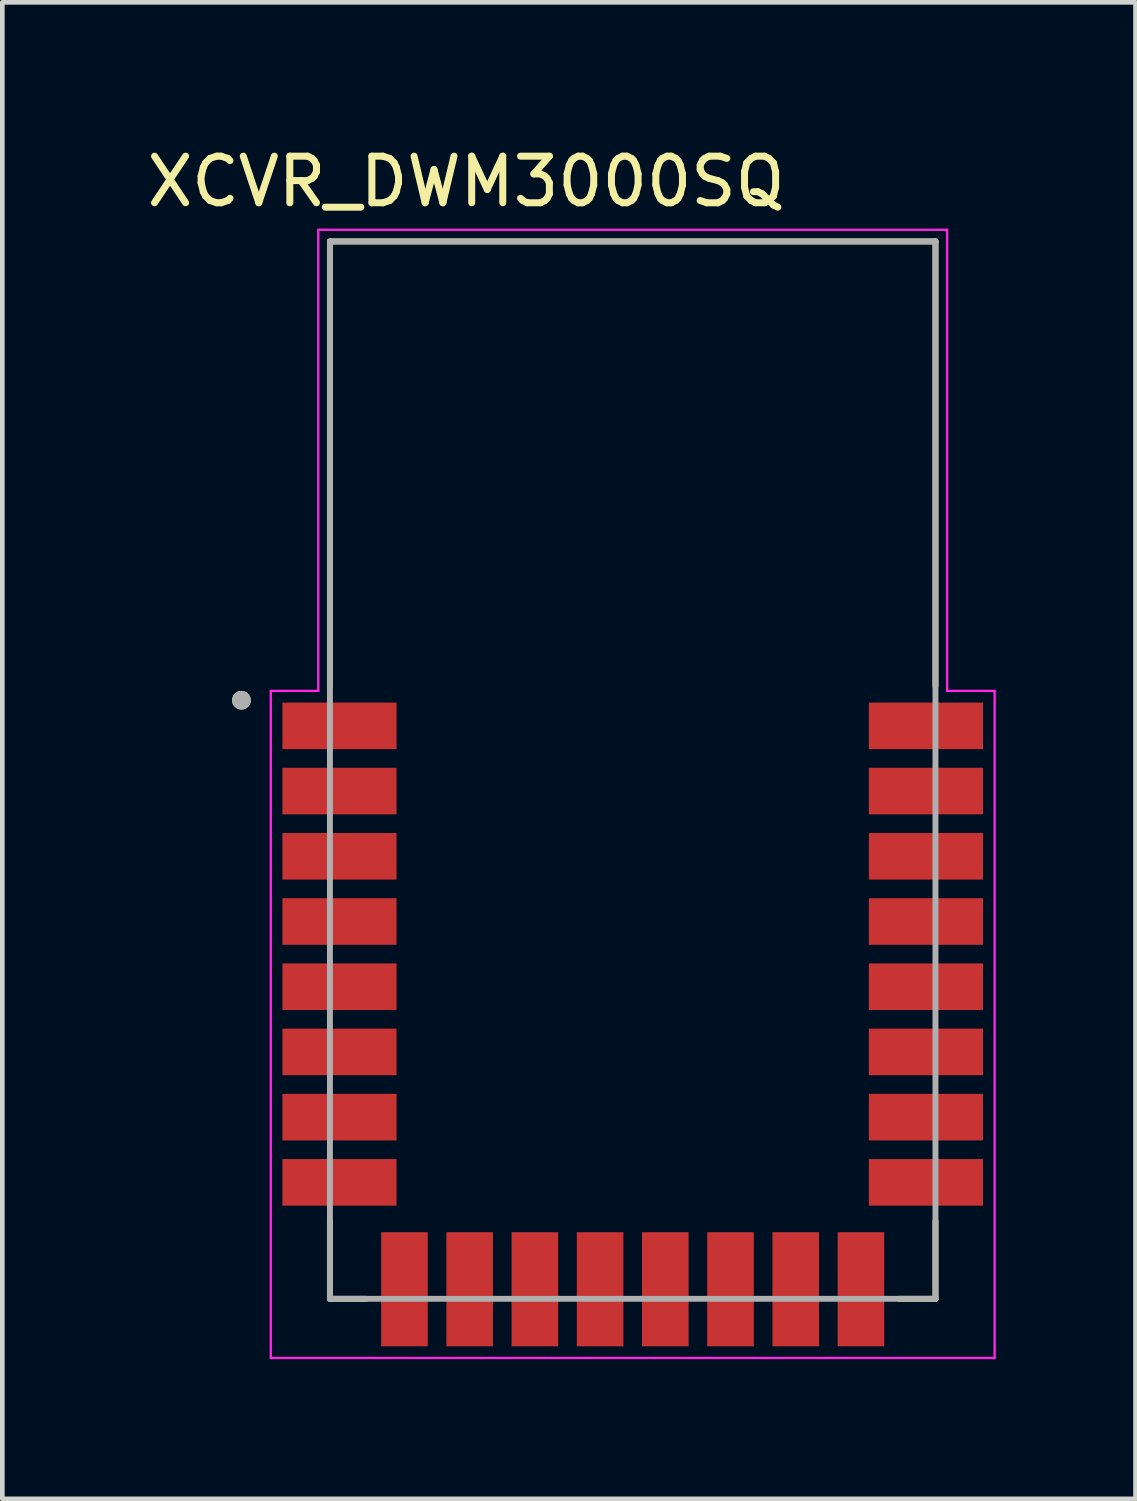
<source format=kicad_pcb>
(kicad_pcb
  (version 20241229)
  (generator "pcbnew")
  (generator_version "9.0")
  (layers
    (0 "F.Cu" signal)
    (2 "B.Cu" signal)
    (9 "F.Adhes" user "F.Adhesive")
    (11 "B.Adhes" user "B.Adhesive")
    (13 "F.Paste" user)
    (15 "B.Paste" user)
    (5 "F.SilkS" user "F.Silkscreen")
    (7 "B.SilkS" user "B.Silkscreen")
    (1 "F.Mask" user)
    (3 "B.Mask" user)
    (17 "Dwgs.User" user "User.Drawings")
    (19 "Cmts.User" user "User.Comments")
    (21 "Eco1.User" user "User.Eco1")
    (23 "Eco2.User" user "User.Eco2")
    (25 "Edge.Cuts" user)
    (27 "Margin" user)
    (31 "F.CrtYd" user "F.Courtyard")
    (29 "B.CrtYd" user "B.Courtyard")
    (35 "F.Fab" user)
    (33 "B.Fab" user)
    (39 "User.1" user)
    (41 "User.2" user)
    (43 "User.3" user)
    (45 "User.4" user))
  (footprint "XCVR_DWM3000SQ"
    (layer "F.Cu")
    (at 10.533 13.483)
    (property "Reference" "XCVR_DWM3000SQ" (at -3.575 -12.635 0) (layer "F.SilkS") (effects (font (size 1 1) (thickness 0.15))))
    (attr smd)
    (fp_line (start -6.5 -11.35) (end 6.5 -11.35) (stroke (width 0.127) (type solid)) (layer "F.SilkS"))
    (fp_line (start -6.5 -1.8) (end -6.5 -11.35) (stroke (width 0.127) (type solid)) (layer "F.SilkS"))
    (fp_line (start -6.5 11.35) (end -6.5 9.68) (stroke (width 0.127) (type solid)) (layer "F.SilkS"))
    (fp_line (start -5.72 11.35) (end -6.5 11.35) (stroke (width 0.127) (type solid)) (layer "F.SilkS"))
    (fp_line (start 6.5 -11.35) (end 6.5 -1.8) (stroke (width 0.127) (type solid)) (layer "F.SilkS"))
    (fp_line (start 6.5 9.68) (end 6.5 11.35) (stroke (width 0.127) (type solid)) (layer "F.SilkS"))
    (fp_line (start 6.5 11.35) (end 5.72 11.35) (stroke (width 0.127) (type solid)) (layer "F.SilkS"))
    (fp_circle (center -8.4 -1.5) (end -8.3 -1.5) (stroke (width 0.2) (type solid)) (fill no) (layer "F.SilkS"))
    (fp_line (start -7.77 -1.7) (end -6.75 -1.7) (stroke (width 0.05) (type solid)) (layer "F.CrtYd"))
    (fp_line (start -7.77 12.62) (end -7.77 -1.7) (stroke (width 0.05) (type solid)) (layer "F.CrtYd"))
    (fp_line (start -6.75 -11.6) (end 6.75 -11.6) (stroke (width 0.05) (type solid)) (layer "F.CrtYd"))
    (fp_line (start -6.75 -1.7) (end -6.75 -11.6) (stroke (width 0.05) (type solid)) (layer "F.CrtYd"))
    (fp_line (start 6.75 -11.6) (end 6.75 -1.7) (stroke (width 0.05) (type solid)) (layer "F.CrtYd"))
    (fp_line (start 6.75 -1.7) (end 7.77 -1.7) (stroke (width 0.05) (type solid)) (layer "F.CrtYd"))
    (fp_line (start 7.77 -1.7) (end 7.77 12.62) (stroke (width 0.05) (type solid)) (layer "F.CrtYd"))
    (fp_line (start 7.77 12.62) (end -7.77 12.62) (stroke (width 0.05) (type solid)) (layer "F.CrtYd"))
    (fp_line (start -6.5 -11.35) (end 6.5 -11.35) (stroke (width 0.127) (type solid)) (layer "F.Fab"))
    (fp_line (start -6.5 11.35) (end -6.5 -11.35) (stroke (width 0.127) (type solid)) (layer "F.Fab"))
    (fp_line (start 6.5 -11.35) (end 6.5 11.35) (stroke (width 0.127) (type solid)) (layer "F.Fab"))
    (fp_line (start 6.5 11.35) (end -6.5 11.35) (stroke (width 0.127) (type solid)) (layer "F.Fab"))
    (fp_circle (center -8.4 -1.5) (end -8.3 -1.5) (stroke (width 0.2) (type solid)) (fill no) (layer "F.Fab"))
    (pad "1" smd rect (at -6.295 -0.95) (size 2.45 1) (layers "F.Cu" "F.Mask" "F.Paste"))
    (pad "2" smd rect (at -6.295 0.45) (size 2.45 1) (layers "F.Cu" "F.Mask" "F.Paste"))
    (pad "3" smd rect (at -6.295 1.85) (size 2.45 1) (layers "F.Cu" "F.Mask" "F.Paste"))
    (pad "4" smd rect (at -6.295 3.25) (size 2.45 1) (layers "F.Cu" "F.Mask" "F.Paste"))
    (pad "5" smd rect (at -6.295 4.65) (size 2.45 1) (layers "F.Cu" "F.Mask" "F.Paste"))
    (pad "6" smd rect (at -6.295 6.05) (size 2.45 1) (layers "F.Cu" "F.Mask" "F.Paste"))
    (pad "7" smd rect (at -6.295 7.45) (size 2.45 1) (layers "F.Cu" "F.Mask" "F.Paste"))
    (pad "8" smd rect (at -6.295 8.85) (size 2.45 1) (layers "F.Cu" "F.Mask" "F.Paste"))
    (pad "9" smd rect (at -4.9 11.145) (size 1 2.45) (layers "F.Cu" "F.Mask" "F.Paste"))
    (pad "10" smd rect (at -3.5 11.145) (size 1 2.45) (layers "F.Cu" "F.Mask" "F.Paste"))
    (pad "11" smd rect (at -2.1 11.145) (size 1 2.45) (layers "F.Cu" "F.Mask" "F.Paste"))
    (pad "12" smd rect (at -0.7 11.145) (size 1 2.45) (layers "F.Cu" "F.Mask" "F.Paste"))
    (pad "13" smd rect (at 0.7 11.145) (size 1 2.45) (layers "F.Cu" "F.Mask" "F.Paste"))
    (pad "14" smd rect (at 2.1 11.145) (size 1 2.45) (layers "F.Cu" "F.Mask" "F.Paste"))
    (pad "15" smd rect (at 3.5 11.145) (size 1 2.45) (layers "F.Cu" "F.Mask" "F.Paste"))
    (pad "16" smd rect (at 4.9 11.145) (size 1 2.45) (layers "F.Cu" "F.Mask" "F.Paste"))
    (pad "17" smd rect (at 6.295 8.85) (size 2.45 1) (layers "F.Cu" "F.Mask" "F.Paste"))
    (pad "18" smd rect (at 6.295 7.45) (size 2.45 1) (layers "F.Cu" "F.Mask" "F.Paste"))
    (pad "19" smd rect (at 6.295 6.05) (size 2.45 1) (layers "F.Cu" "F.Mask" "F.Paste"))
    (pad "20" smd rect (at 6.295 4.65) (size 2.45 1) (layers "F.Cu" "F.Mask" "F.Paste"))
    (pad "21" smd rect (at 6.295 3.25) (size 2.45 1) (layers "F.Cu" "F.Mask" "F.Paste"))
    (pad "22" smd rect (at 6.295 1.85) (size 2.45 1) (layers "F.Cu" "F.Mask" "F.Paste"))
    (pad "23" smd rect (at 6.295 0.45) (size 2.45 1) (layers "F.Cu" "F.Mask" "F.Paste"))
    (pad "24" smd rect (at 6.295 -0.95) (size 2.45 1) (layers "F.Cu" "F.Mask" "F.Paste"))
    (zone (net_name "") (layer "F.Cu") (hatch full 0.508) (connect_pads) (min_thickness 0.01) (filled_areas_thickness no) (keepout (tracks not_allowed) (vias not_allowed) (pads not_allowed) (copperpour not_allowed) (footprints allowed)) (placement (enabled no)) (fill) (polygon (pts (xy 4.033 2.133) (xy 17.033 2.133) (xy 17.033 11.908) (xy 4.033 11.908))))
    (zone (net_name "") (layers "F.Cu" "B.Cu") (hatch full 0.508) (connect_pads) (min_thickness 0.01) (filled_areas_thickness no) (keepout (tracks allowed) (vias not_allowed) (pads allowed) (copperpour allowed) (footprints allowed)) (placement (enabled no)) (fill) (polygon (pts (xy 4.033 2.133) (xy 17.033 2.133) (xy 17.033 11.908) (xy 4.033 11.908))))
    (zone (net_name "") (layer "B.Cu") (hatch full 0.508) (connect_pads) (min_thickness 0.01) (filled_areas_thickness no) (keepout (tracks not_allowed) (vias not_allowed) (pads not_allowed) (copperpour not_allowed) (footprints allowed)) (placement (enabled no)) (fill) (polygon (pts (xy 4.033 2.133) (xy 17.033 2.133) (xy 17.033 11.908) (xy 4.033 11.908)))))
  (gr_rect
    (start -3 -3)
    (end 21.328 29.128)
    (stroke (width 0.1) (type default))
    (fill no)
    (layer "Edge.Cuts")))
</source>
